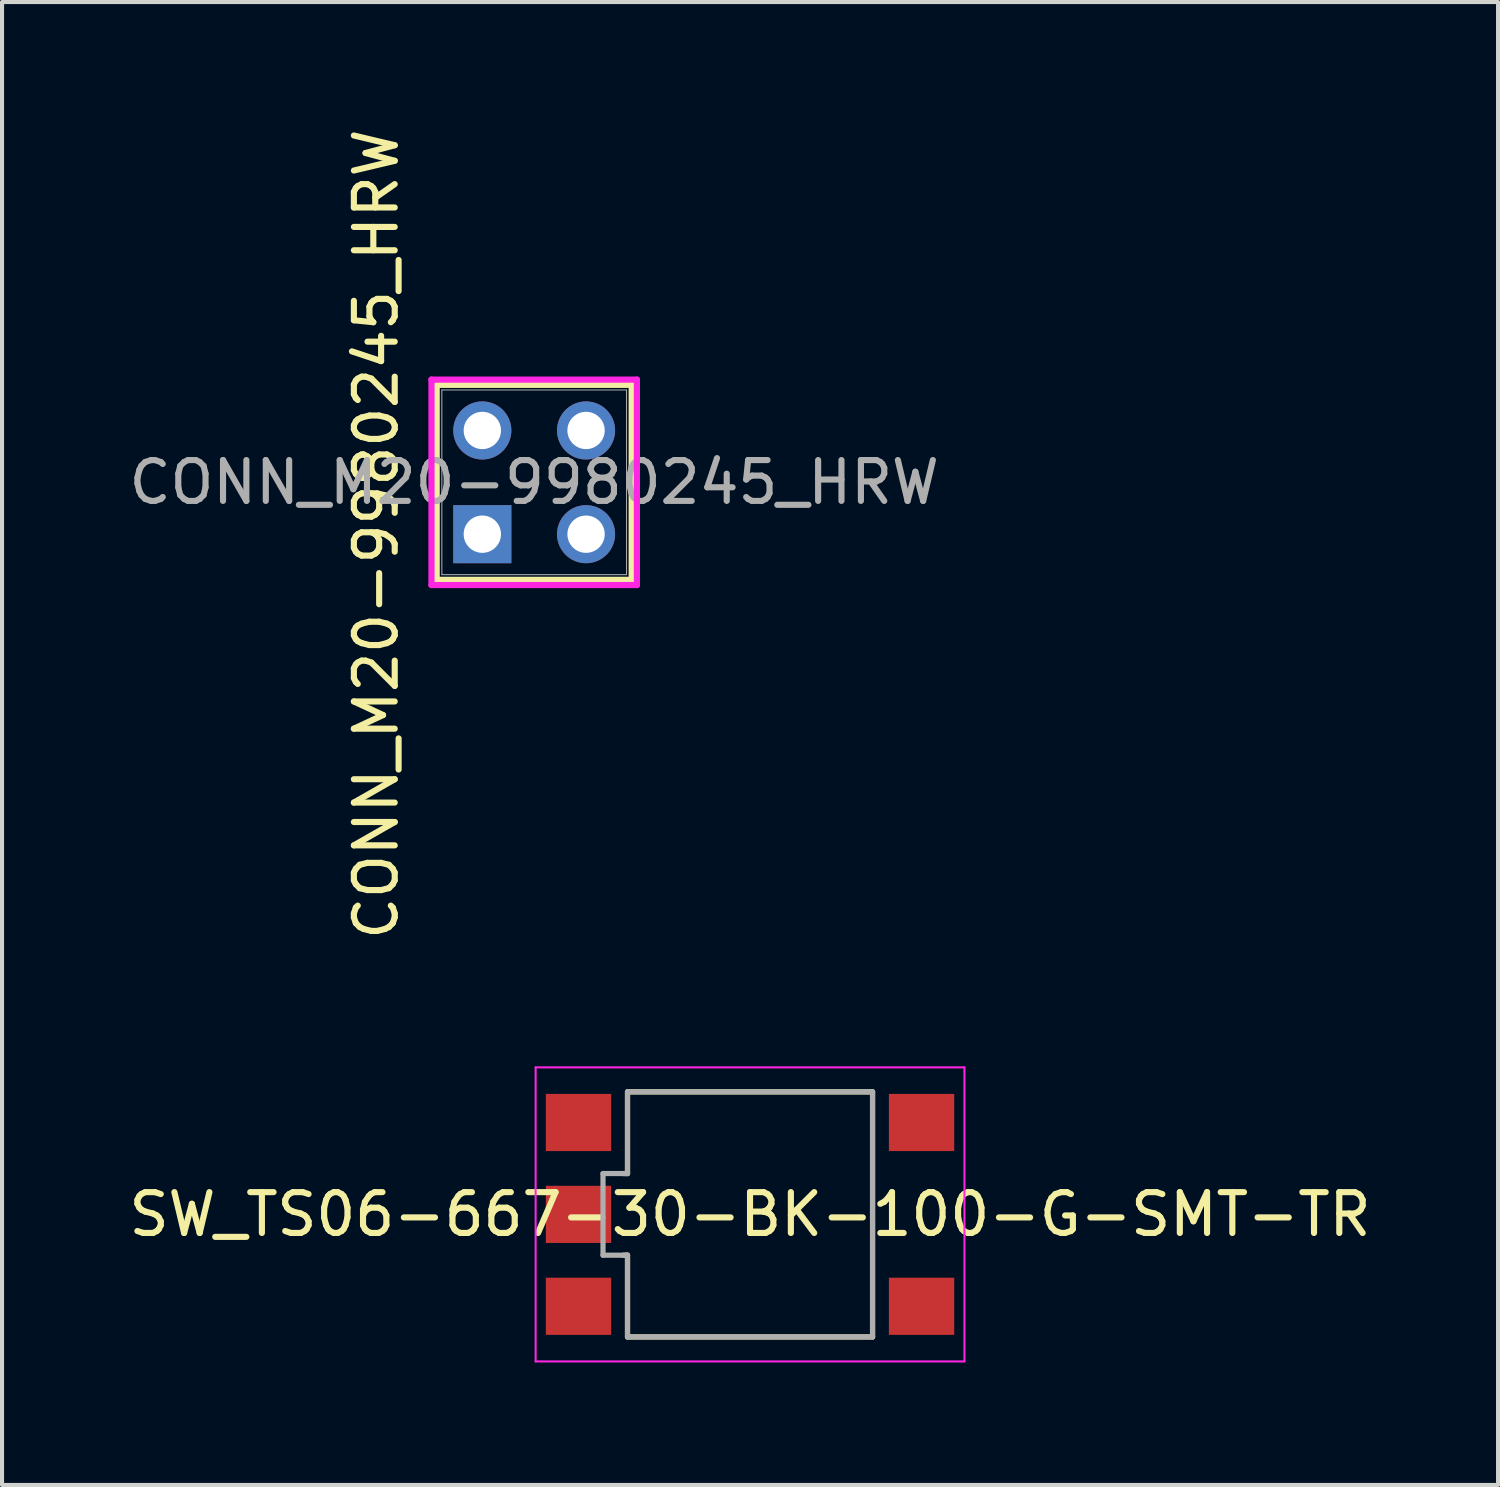
<source format=kicad_pcb>
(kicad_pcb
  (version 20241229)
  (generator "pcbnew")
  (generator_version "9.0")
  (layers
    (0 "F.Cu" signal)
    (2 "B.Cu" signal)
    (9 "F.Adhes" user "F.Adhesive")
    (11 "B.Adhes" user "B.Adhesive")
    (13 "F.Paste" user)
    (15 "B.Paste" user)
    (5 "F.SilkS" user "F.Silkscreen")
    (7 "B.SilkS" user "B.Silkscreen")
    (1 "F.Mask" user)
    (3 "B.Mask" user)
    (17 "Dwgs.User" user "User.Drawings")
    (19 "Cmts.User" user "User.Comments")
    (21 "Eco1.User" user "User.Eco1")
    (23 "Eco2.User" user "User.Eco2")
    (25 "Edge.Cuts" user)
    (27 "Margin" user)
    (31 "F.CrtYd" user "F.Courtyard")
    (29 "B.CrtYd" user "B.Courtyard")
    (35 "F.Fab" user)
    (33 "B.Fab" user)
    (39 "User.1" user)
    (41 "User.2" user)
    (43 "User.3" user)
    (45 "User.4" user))
  (footprint "CONN_M20-9980245_HRW"
    (layer "F.Cu")
    (at 8.76 10.03)
    (property "Reference" "CONN_M20-9980245_HRW" (at -2.6 0 90) (unlocked yes) (layer "F.SilkS") (effects (font (size 1 1) (thickness 0.15))))
    (attr through_hole)
    (fp_line (start -1.118 -3.658) (end -1.118 1.118) (stroke (width 0.152) (type solid)) (layer "F.SilkS"))
    (fp_line (start -1.118 1.118) (end 3.658 1.118) (stroke (width 0.152) (type solid)) (layer "F.SilkS"))
    (fp_line (start 3.658 -3.658) (end -1.118 -3.658) (stroke (width 0.152) (type solid)) (layer "F.SilkS"))
    (fp_line (start 3.658 1.118) (end 3.658 -3.658) (stroke (width 0.152) (type solid)) (layer "F.SilkS"))
    (fp_line (start -1.245 -3.785) (end -1.245 1.245) (stroke (width 0.152) (type solid)) (layer "F.CrtYd"))
    (fp_line (start -1.245 1.245) (end 3.785 1.245) (stroke (width 0.152) (type solid)) (layer "F.CrtYd"))
    (fp_line (start 3.785 -3.785) (end -1.245 -3.785) (stroke (width 0.152) (type solid)) (layer "F.CrtYd"))
    (fp_line (start 3.785 1.245) (end 3.785 -3.785) (stroke (width 0.152) (type solid)) (layer "F.CrtYd"))
    (fp_line (start -0.991 -3.531) (end -0.991 0.991) (stroke (width 0.025) (type solid)) (layer "F.Fab"))
    (fp_line (start -0.991 0.991) (end 3.531 0.991) (stroke (width 0.025) (type solid)) (layer "F.Fab"))
    (fp_line (start 3.531 -3.531) (end -0.991 -3.531) (stroke (width 0.025) (type solid)) (layer "F.Fab"))
    (fp_line (start 3.531 0.991) (end 3.531 -3.531) (stroke (width 0.025) (type solid)) (layer "F.Fab"))
    (fp_text user "${REFERENCE}" (at 1.27 -1.27 0) (unlocked yes) (layer "F.Fab") (effects (font (size 1 1) (thickness 0.15))))
    (pad "1" thru_hole rect (at 0 0) (size 1.422 1.422) (drill 0.914) (layers "*.Cu" "*.Mask"))
    (pad "2" thru_hole circle (at 0 -2.54) (size 1.422 1.422) (drill 0.914) (layers "*.Cu" "*.Mask"))
    (pad "3" thru_hole circle (at 2.54 0) (size 1.422 1.422) (drill 0.914) (layers "*.Cu" "*.Mask"))
    (pad "4" thru_hole circle (at 2.54 -2.54) (size 1.422 1.422) (drill 0.914) (layers "*.Cu" "*.Mask")))
  (footprint "SW_TS06-667-30-BK-100-G-SMT-TR"
    (layer "F.Cu")
    (at 15.315 26.685)
    (property "Reference" "SW_TS06-667-30-BK-100-G-SMT-TR" (at 0 0 0) (layer "F.SilkS") (effects (font (size 1 1) (thickness 0.15))))
    (attr smd)
    (fp_line (start -3 -3) (end -3 -1) (stroke (width 0.127) (type solid)) (layer "F.SilkS"))
    (fp_line (start -3 -1) (end -3.1 -1) (stroke (width 0.127) (type solid)) (layer "F.SilkS"))
    (fp_line (start -3 1) (end -3.1 1) (stroke (width 0.127) (type solid)) (layer "F.SilkS"))
    (fp_line (start -3 1) (end -3 3) (stroke (width 0.127) (type solid)) (layer "F.SilkS"))
    (fp_line (start -3 3) (end 3 3) (stroke (width 0.127) (type solid)) (layer "F.SilkS"))
    (fp_line (start 3 -3) (end -3 -3) (stroke (width 0.127) (type solid)) (layer "F.SilkS"))
    (fp_line (start 3 3) (end 3 -3) (stroke (width 0.127) (type solid)) (layer "F.SilkS"))
    (fp_line (start -5.25 -3.6) (end -5.25 3.6) (stroke (width 0.05) (type solid)) (layer "F.CrtYd"))
    (fp_line (start -5.25 3.6) (end 5.25 3.6) (stroke (width 0.05) (type solid)) (layer "F.CrtYd"))
    (fp_line (start 5.25 -3.6) (end -5.25 -3.6) (stroke (width 0.05) (type solid)) (layer "F.CrtYd"))
    (fp_line (start 5.25 3.6) (end 5.25 -3.6) (stroke (width 0.05) (type solid)) (layer "F.CrtYd"))
    (fp_line (start -3.6 -1) (end -3.6 1) (stroke (width 0.127) (type solid)) (layer "F.Fab"))
    (fp_line (start -3.6 1) (end -3 1) (stroke (width 0.127) (type solid)) (layer "F.Fab"))
    (fp_line (start -3 -3) (end -3 -1) (stroke (width 0.127) (type solid)) (layer "F.Fab"))
    (fp_line (start -3 -1) (end -3.6 -1) (stroke (width 0.127) (type solid)) (layer "F.Fab"))
    (fp_line (start -3 1) (end -3 3) (stroke (width 0.127) (type solid)) (layer "F.Fab"))
    (fp_line (start -3 3) (end 3 3) (stroke (width 0.127) (type solid)) (layer "F.Fab"))
    (fp_line (start 3 -3) (end -3 -3) (stroke (width 0.127) (type solid)) (layer "F.Fab"))
    (fp_line (start 3 3) (end 3 -3) (stroke (width 0.127) (type solid)) (layer "F.Fab"))
    (pad "1" smd rect (at -4.2 -2.25) (size 1.6 1.4) (layers "F.Cu" "F.Mask" "F.Paste"))
    (pad "2" smd rect (at 4.2 -2.25) (size 1.6 1.4) (layers "F.Cu" "F.Mask" "F.Paste"))
    (pad "3" smd rect (at -4.2 2.25) (size 1.6 1.4) (layers "F.Cu" "F.Mask" "F.Paste"))
    (pad "4" smd rect (at 4.2 2.25) (size 1.6 1.4) (layers "F.Cu" "F.Mask" "F.Paste"))
    (pad "5" smd rect (at -4.2 0) (size 1.6 1.4) (layers "F.Cu" "F.Mask" "F.Paste")))
  (gr_rect
    (start -3 -3)
    (end 33.631 33.31)
    (stroke (width 0.1) (type default))
    (fill no)
    (layer "Edge.Cuts")))
</source>
